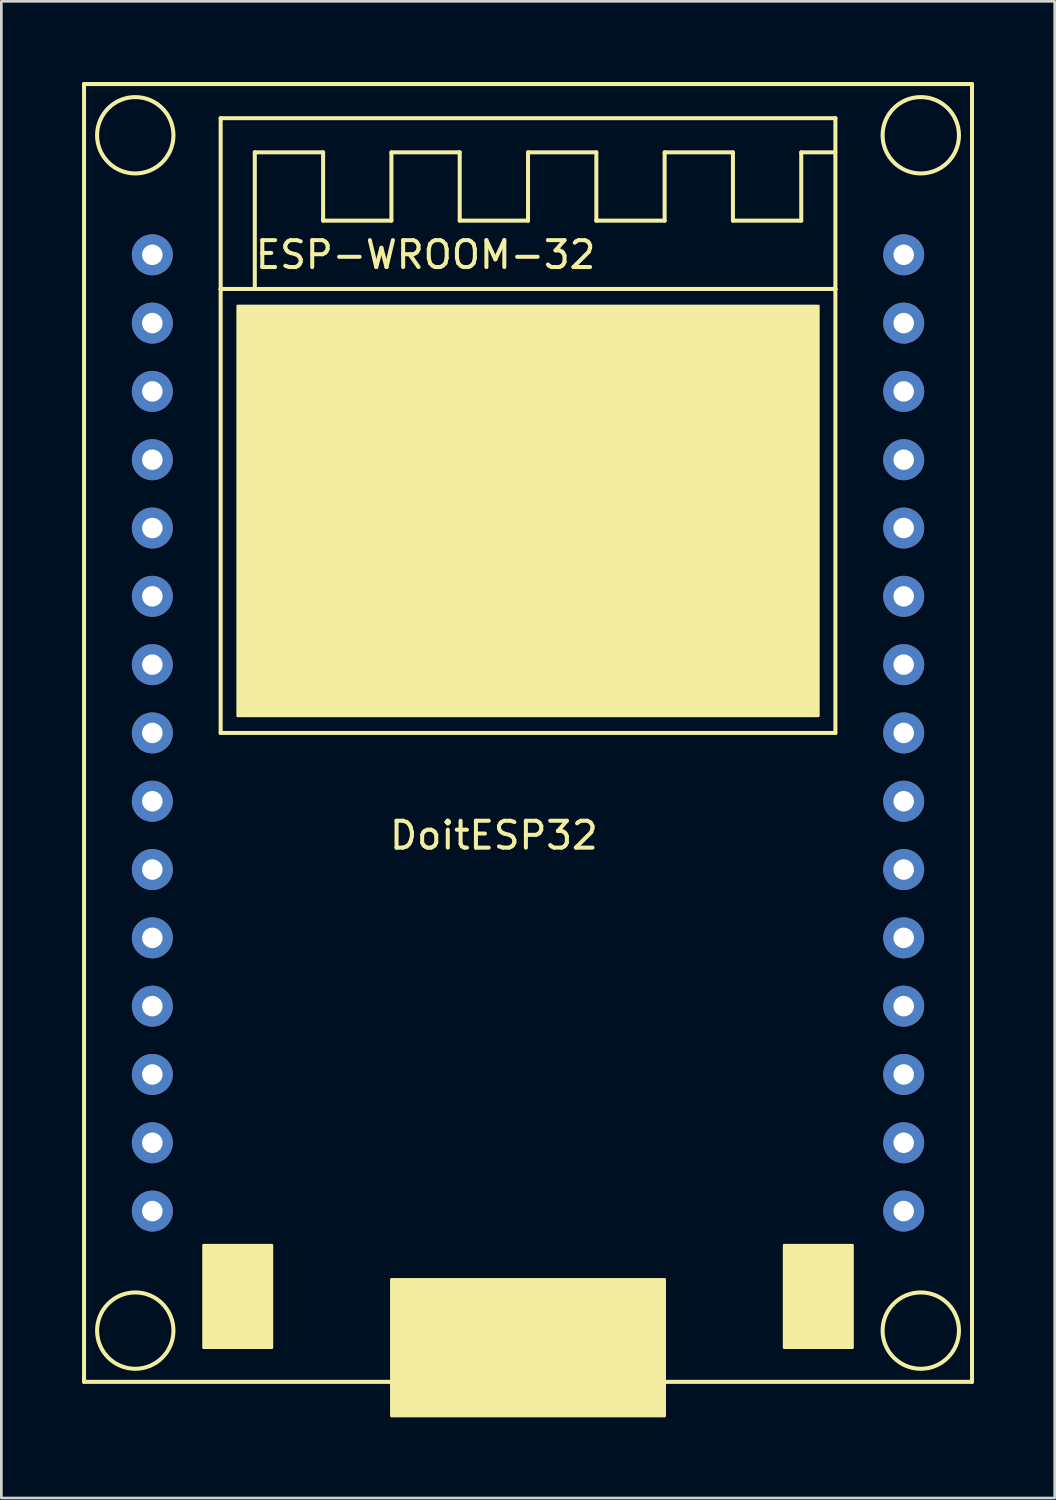
<source format=kicad_pcb>
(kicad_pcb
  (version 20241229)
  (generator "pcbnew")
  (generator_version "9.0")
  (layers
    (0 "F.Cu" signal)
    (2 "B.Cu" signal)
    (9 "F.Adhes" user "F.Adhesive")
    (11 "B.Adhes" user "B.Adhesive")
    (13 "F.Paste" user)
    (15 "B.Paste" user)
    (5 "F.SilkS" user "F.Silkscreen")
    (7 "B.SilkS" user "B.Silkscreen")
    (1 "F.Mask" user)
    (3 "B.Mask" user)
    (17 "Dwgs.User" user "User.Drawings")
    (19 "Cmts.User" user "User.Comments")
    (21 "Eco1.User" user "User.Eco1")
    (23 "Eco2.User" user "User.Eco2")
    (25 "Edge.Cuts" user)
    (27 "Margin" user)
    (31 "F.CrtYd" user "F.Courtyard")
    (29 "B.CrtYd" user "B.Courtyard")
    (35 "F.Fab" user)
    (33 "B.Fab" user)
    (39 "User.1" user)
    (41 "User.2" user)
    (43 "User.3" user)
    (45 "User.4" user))
  (footprint "DoitESP32"
    (layer "F.Cu")
    (at 15.315 21.665)
    (property "Reference" "DoitESP32" (at 0 6.35 0) (layer "F.SilkS") (effects (font (size 1 1) (thickness 0.15))))
    (attr through_hole)
    (fp_line (start -15.24 -21.59) (end -15.24 26.67) (stroke (width 0.15) (type solid)) (layer "F.SilkS"))
    (fp_line (start -15.24 26.67) (end 17.78 26.67) (stroke (width 0.15) (type solid)) (layer "F.SilkS"))
    (fp_line (start -10.16 -20.32) (end 12.7 -20.32) (stroke (width 0.15) (type solid)) (layer "F.SilkS"))
    (fp_line (start -10.16 -13.97) (end -10.16 -20.32) (stroke (width 0.15) (type solid)) (layer "F.SilkS"))
    (fp_line (start -10.16 -13.97) (end -10.16 2.54) (stroke (width 0.15) (type solid)) (layer "F.SilkS"))
    (fp_line (start -10.16 2.54) (end 12.7 2.54) (stroke (width 0.15) (type solid)) (layer "F.SilkS"))
    (fp_line (start -8.89 -19.05) (end -6.35 -19.05) (stroke (width 0.15) (type solid)) (layer "F.SilkS"))
    (fp_line (start -8.89 -13.97) (end -8.89 -19.05) (stroke (width 0.15) (type solid)) (layer "F.SilkS"))
    (fp_line (start -6.35 -19.05) (end -6.35 -16.51) (stroke (width 0.15) (type solid)) (layer "F.SilkS"))
    (fp_line (start -6.35 -16.51) (end -3.81 -16.51) (stroke (width 0.15) (type solid)) (layer "F.SilkS"))
    (fp_line (start -3.81 -19.05) (end -1.27 -19.05) (stroke (width 0.15) (type solid)) (layer "F.SilkS"))
    (fp_line (start -3.81 -16.51) (end -3.81 -19.05) (stroke (width 0.15) (type solid)) (layer "F.SilkS"))
    (fp_line (start -1.27 -19.05) (end -1.27 -16.51) (stroke (width 0.15) (type solid)) (layer "F.SilkS"))
    (fp_line (start -1.27 -16.51) (end 1.27 -16.51) (stroke (width 0.15) (type solid)) (layer "F.SilkS"))
    (fp_line (start 1.27 -19.05) (end 3.81 -19.05) (stroke (width 0.15) (type solid)) (layer "F.SilkS"))
    (fp_line (start 1.27 -16.51) (end 1.27 -19.05) (stroke (width 0.15) (type solid)) (layer "F.SilkS"))
    (fp_line (start 3.81 -19.05) (end 3.81 -16.51) (stroke (width 0.15) (type solid)) (layer "F.SilkS"))
    (fp_line (start 3.81 -16.51) (end 6.35 -16.51) (stroke (width 0.15) (type solid)) (layer "F.SilkS"))
    (fp_line (start 6.35 -19.05) (end 8.89 -19.05) (stroke (width 0.15) (type solid)) (layer "F.SilkS"))
    (fp_line (start 6.35 -16.51) (end 6.35 -19.05) (stroke (width 0.15) (type solid)) (layer "F.SilkS"))
    (fp_line (start 8.89 -19.05) (end 8.89 -16.51) (stroke (width 0.15) (type solid)) (layer "F.SilkS"))
    (fp_line (start 8.89 -16.51) (end 11.43 -16.51) (stroke (width 0.15) (type solid)) (layer "F.SilkS"))
    (fp_line (start 11.43 -19.05) (end 12.7 -19.05) (stroke (width 0.15) (type solid)) (layer "F.SilkS"))
    (fp_line (start 11.43 -16.51) (end 11.43 -19.05) (stroke (width 0.15) (type solid)) (layer "F.SilkS"))
    (fp_line (start 12.7 -20.32) (end 12.7 -13.97) (stroke (width 0.15) (type solid)) (layer "F.SilkS"))
    (fp_line (start 12.7 -13.97) (end -10.16 -13.97) (stroke (width 0.15) (type solid)) (layer "F.SilkS"))
    (fp_line (start 12.7 2.54) (end 12.7 -13.97) (stroke (width 0.15) (type solid)) (layer "F.SilkS"))
    (fp_line (start 17.78 -21.59) (end -15.24 -21.59) (stroke (width 0.15) (type solid)) (layer "F.SilkS"))
    (fp_line (start 17.78 22.86) (end 17.78 -21.59) (stroke (width 0.15) (type solid)) (layer "F.SilkS"))
    (fp_line (start 17.78 26.67) (end 17.78 22.86) (stroke (width 0.15) (type solid)) (layer "F.SilkS"))
    (fp_circle (center -13.335 -19.685) (end -13.97 -20.955) (stroke (width 0.15) (type solid)) (fill no) (layer "F.SilkS"))
    (fp_circle (center -13.335 24.765) (end -13.97 23.495) (stroke (width 0.15) (type solid)) (fill no) (layer "F.SilkS"))
    (fp_circle (center 15.875 -19.685) (end 15.24 -20.955) (stroke (width 0.15) (type solid)) (fill no) (layer "F.SilkS"))
    (fp_circle (center 15.875 24.765) (end 15.24 23.495) (stroke (width 0.15) (type solid)) (fill no) (layer "F.SilkS"))
    (fp_poly (pts (xy -10.795 21.59) (xy -8.255 21.59) (xy -8.255 25.4) (xy -10.795 25.4)) (stroke (width 0.1) (type solid)) (fill yes) (layer "F.SilkS"))
    (fp_poly (pts (xy -9.525 -13.335) (xy 12.065 -13.335) (xy 12.065 1.905) (xy -9.525 1.905)) (stroke (width 0.1) (type solid)) (fill yes) (layer "F.SilkS"))
    (fp_poly (pts (xy -3.81 22.86) (xy -3.81 27.94) (xy 6.35 27.94) (xy 6.35 22.86)) (stroke (width 0.1) (type solid)) (fill yes) (layer "F.SilkS"))
    (fp_poly (pts (xy 10.795 21.59) (xy 13.335 21.59) (xy 13.335 25.4) (xy 10.795 25.4)) (stroke (width 0.1) (type solid)) (fill yes) (layer "F.SilkS"))
    (fp_text user "ESP-WROOM-32" (at -2.54 -15.24 0) (layer "F.SilkS") (effects (font (size 1 1) (thickness 0.15))))
    (pad "1" thru_hole circle (at 15.24 20.32) (size 1.524 1.524) (drill 0.762) (layers "*.Cu" "*.Mask"))
    (pad "2" thru_hole circle (at 15.24 17.78) (size 1.524 1.524) (drill 0.762) (layers "*.Cu" "*.Mask"))
    (pad "3" thru_hole circle (at 15.24 15.24) (size 1.524 1.524) (drill 0.762) (layers "*.Cu" "*.Mask"))
    (pad "4" thru_hole circle (at 15.24 12.7) (size 1.524 1.524) (drill 0.762) (layers "*.Cu" "*.Mask"))
    (pad "5" thru_hole circle (at 15.24 10.16) (size 1.524 1.524) (drill 0.762) (layers "*.Cu" "*.Mask"))
    (pad "6" thru_hole circle (at 15.24 7.62) (size 1.524 1.524) (drill 0.762) (layers "*.Cu" "*.Mask"))
    (pad "7" thru_hole circle (at 15.24 5.08) (size 1.524 1.524) (drill 0.762) (layers "*.Cu" "*.Mask"))
    (pad "8" thru_hole circle (at 15.24 2.54) (size 1.524 1.524) (drill 0.762) (layers "*.Cu" "*.Mask"))
    (pad "9" thru_hole circle (at 15.24 0) (size 1.524 1.524) (drill 0.762) (layers "*.Cu" "*.Mask"))
    (pad "10" thru_hole circle (at 15.24 -2.54) (size 1.524 1.524) (drill 0.762) (layers "*.Cu" "*.Mask"))
    (pad "11" thru_hole circle (at 15.24 -5.08) (size 1.524 1.524) (drill 0.762) (layers "*.Cu" "*.Mask"))
    (pad "12" thru_hole circle (at 15.24 -7.62) (size 1.524 1.524) (drill 0.762) (layers "*.Cu" "*.Mask"))
    (pad "13" thru_hole circle (at 15.24 -10.16) (size 1.524 1.524) (drill 0.762) (layers "*.Cu" "*.Mask"))
    (pad "14" thru_hole circle (at 15.24 -12.7) (size 1.524 1.524) (drill 0.762) (layers "*.Cu" "*.Mask"))
    (pad "15" thru_hole circle (at 15.24 -15.24) (size 1.524 1.524) (drill 0.762) (layers "*.Cu" "*.Mask"))
    (pad "16" thru_hole circle (at -12.7 20.32) (size 1.524 1.524) (drill 0.762) (layers "*.Cu" "*.Mask"))
    (pad "17" thru_hole circle (at -12.7 17.78) (size 1.524 1.524) (drill 0.762) (layers "*.Cu" "*.Mask"))
    (pad "18" thru_hole circle (at -12.7 15.24) (size 1.524 1.524) (drill 0.762) (layers "*.Cu" "*.Mask"))
    (pad "19" thru_hole circle (at -12.7 12.7) (size 1.524 1.524) (drill 0.762) (layers "*.Cu" "*.Mask"))
    (pad "20" thru_hole circle (at -12.7 10.16) (size 1.524 1.524) (drill 0.762) (layers "*.Cu" "*.Mask"))
    (pad "21" thru_hole circle (at -12.7 7.62) (size 1.524 1.524) (drill 0.762) (layers "*.Cu" "*.Mask"))
    (pad "22" thru_hole circle (at -12.7 5.08) (size 1.524 1.524) (drill 0.762) (layers "*.Cu" "*.Mask"))
    (pad "23" thru_hole circle (at -12.7 2.54) (size 1.524 1.524) (drill 0.762) (layers "*.Cu" "*.Mask"))
    (pad "24" thru_hole circle (at -12.7 0) (size 1.524 1.524) (drill 0.762) (layers "*.Cu" "*.Mask"))
    (pad "25" thru_hole circle (at -12.7 -2.54) (size 1.524 1.524) (drill 0.762) (layers "*.Cu" "*.Mask"))
    (pad "26" thru_hole circle (at -12.7 -5.08) (size 1.524 1.524) (drill 0.762) (layers "*.Cu" "*.Mask"))
    (pad "27" thru_hole circle (at -12.7 -7.62) (size 1.524 1.524) (drill 0.762) (layers "*.Cu" "*.Mask"))
    (pad "28" thru_hole circle (at -12.7 -10.16) (size 1.524 1.524) (drill 0.762) (layers "*.Cu" "*.Mask"))
    (pad "29" thru_hole circle (at -12.7 -12.7) (size 1.524 1.524) (drill 0.762) (layers "*.Cu" "*.Mask"))
    (pad "30" thru_hole circle (at -12.7 -15.24) (size 1.524 1.524) (drill 0.762) (layers "*.Cu" "*.Mask")))
  (gr_rect
    (start -3 -3)
    (end 36.17 52.655)
    (stroke (width 0.1) (type default))
    (fill no)
    (layer "Edge.Cuts")))
</source>
